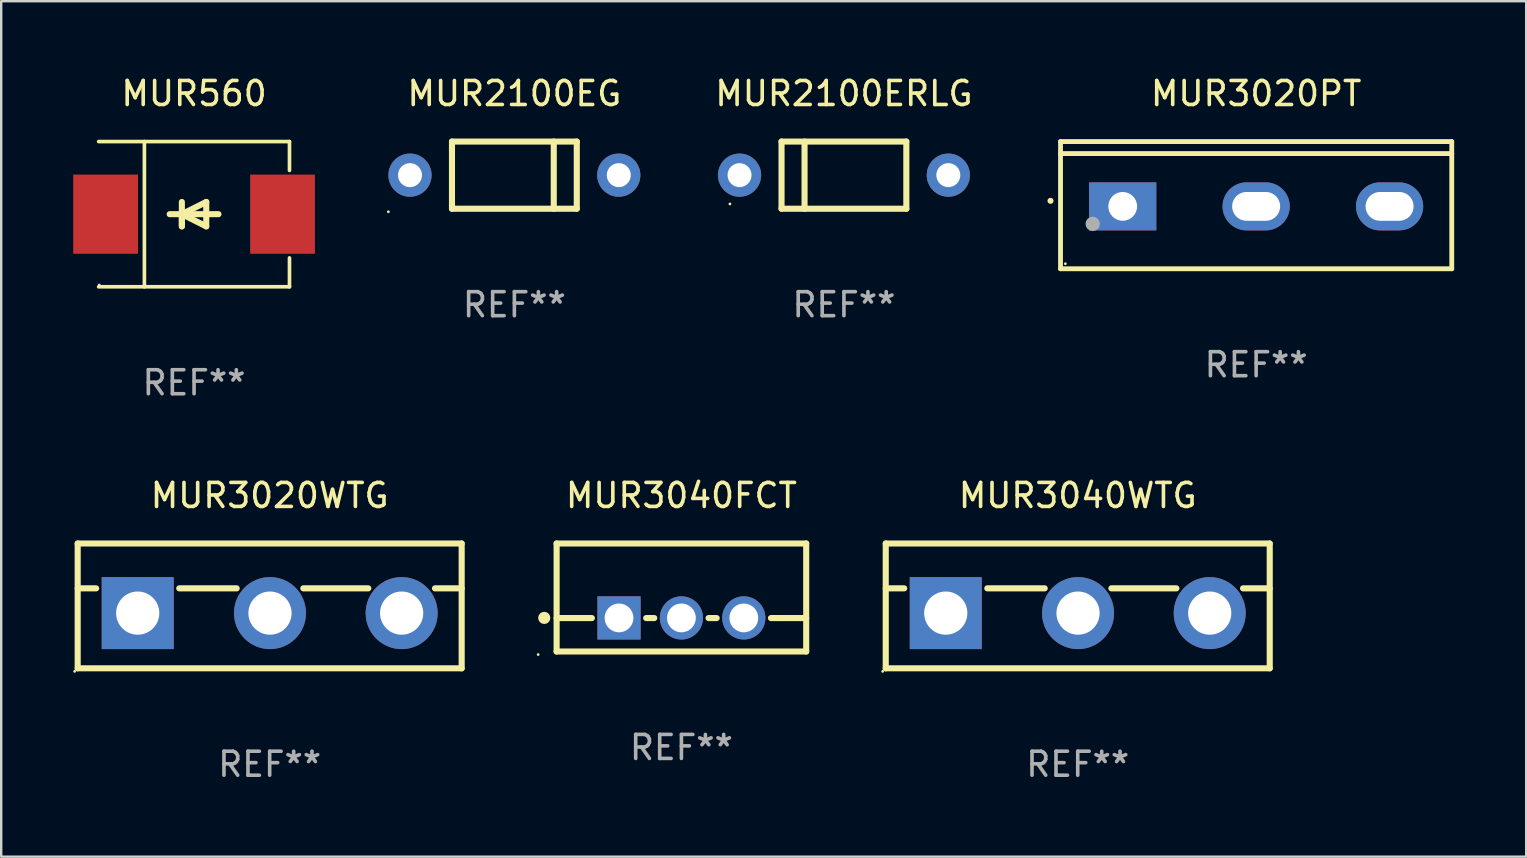
<source format=kicad_pcb>
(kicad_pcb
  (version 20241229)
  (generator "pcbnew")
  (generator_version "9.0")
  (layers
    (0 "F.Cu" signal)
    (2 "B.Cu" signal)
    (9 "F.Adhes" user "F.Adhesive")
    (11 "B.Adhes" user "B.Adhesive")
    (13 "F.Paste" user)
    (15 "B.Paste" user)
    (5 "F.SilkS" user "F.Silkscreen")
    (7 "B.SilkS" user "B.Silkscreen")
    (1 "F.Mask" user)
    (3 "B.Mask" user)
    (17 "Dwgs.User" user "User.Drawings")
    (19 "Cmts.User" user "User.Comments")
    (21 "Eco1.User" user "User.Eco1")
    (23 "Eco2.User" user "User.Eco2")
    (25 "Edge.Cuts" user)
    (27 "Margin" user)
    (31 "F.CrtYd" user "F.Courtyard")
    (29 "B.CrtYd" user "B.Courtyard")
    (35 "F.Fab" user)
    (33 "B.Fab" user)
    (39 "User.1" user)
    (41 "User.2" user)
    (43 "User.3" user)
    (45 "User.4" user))
  (footprint "MUR3020PT"
    (layer "F.Cu")
    (at 49.291 5.499)
    (property "Reference" "MUR3020PT" (at 0 -4.65 0) (layer "F.SilkS") (effects (font (size 1 1) (thickness 0.15))))
    (attr through_hole)
    (fp_line (start -8.151 -2.65) (end -8.151 2.65) (stroke (width 0.201) (type solid)) (layer "F.SilkS"))
    (fp_line (start 8.151 -2.65) (end -8.151 -2.65) (stroke (width 0.201) (type solid)) (layer "F.SilkS"))
    (fp_line (start 8.151 -2.15) (end -8.151 -2.15) (stroke (width 0.201) (type solid)) (layer "F.SilkS"))
    (fp_line (start 8.151 2.65) (end -8.151 2.65) (stroke (width 0.201) (type solid)) (layer "F.SilkS"))
    (fp_line (start 8.151 2.65) (end 8.151 -2.65) (stroke (width 0.201) (type solid)) (layer "F.SilkS"))
    (fp_arc (start -8.570003 -0.18048) (mid -8.568733 -0.180486) (end -8.567463 -0.18048) (stroke (width 0.24892) (type solid)) (layer "F.SilkS"))
    (fp_circle (center -7.95 2.44) (end -7.92 2.44) (stroke (width 0.06) (type solid)) (fill no) (layer "F.SilkS"))
    (fp_circle (center -6.81 0.78) (end -6.66 0.78) (stroke (width 0.3) (type solid)) (fill no) (layer "F.Fab"))
    (fp_text user "REF**" (at 0 6.65 0) (layer "F.Fab") (effects (font (size 1 1) (thickness 0.15))))
    (pad "1" thru_hole rect (at -5.56 0.05 90) (size 2 2.8) (drill 1.2) (layers "*.Cu" "*.Mask"))
    (pad "2" thru_hole oval (at 0 0.05 90) (size 2 2.8) (drill oval 1.2 2) (layers "*.Cu" "*.Mask"))
    (pad "3" thru_hole oval (at 5.56 0.05 90) (size 2 2.8) (drill oval 1.2 2) (layers "*.Cu" "*.Mask")))
  (footprint "MUR560"
    (layer "F.Cu")
    (at 5.036 5.874)
    (property "Reference" "MUR560" (at 0 -5.026 0) (layer "F.SilkS") (effects (font (size 1 1) (thickness 0.15))))
    (attr through_hole)
    (fp_line (start -3.976 -3.026) (end 3.976 -3.026) (stroke (width 0.152) (type solid)) (layer "F.SilkS"))
    (fp_line (start -3.976 3.026) (end 3.976 3.026) (stroke (width 0.152) (type solid)) (layer "F.SilkS"))
    (fp_line (start -2.069 -3.026) (end -2.069 3.026) (stroke (width 0.152) (type solid)) (layer "F.SilkS"))
    (fp_line (start -0.508 0) (end -0.508 0.508) (stroke (width 0.254) (type solid)) (layer "F.SilkS"))
    (fp_line (start -0.508 0) (end 0.508 0.508) (stroke (width 0.254) (type solid)) (layer "F.SilkS"))
    (fp_line (start -0.508 0.508) (end -0.508 -0.508) (stroke (width 0.254) (type solid)) (layer "F.SilkS"))
    (fp_line (start 0.508 -0.508) (end -0.508 0) (stroke (width 0.254) (type solid)) (layer "F.SilkS"))
    (fp_line (start 0.508 0.508) (end 0.508 -0.508) (stroke (width 0.254) (type solid)) (layer "F.SilkS"))
    (fp_line (start 1.016 0) (end -1.016 0) (stroke (width 0.254) (type solid)) (layer "F.SilkS"))
    (fp_line (start 3.976 -3.026) (end 3.976 -1.823) (stroke (width 0.152) (type solid)) (layer "F.SilkS"))
    (fp_line (start 3.976 3.026) (end 3.976 1.823) (stroke (width 0.152) (type solid)) (layer "F.SilkS"))
    (fp_circle (center -3.95 2.95) (end -3.92 2.95) (stroke (width 0.06) (type solid)) (fill no) (layer "F.SilkS"))
    (fp_text user "REF**" (at 0 7.026 0) (layer "F.Fab") (effects (font (size 1 1) (thickness 0.15))))
    (pad "1" smd rect (at -3.686 0) (size 2.7 3.3) (layers "F.Cu" "F.Mask" "F.Paste"))
    (pad "2" smd rect (at 3.686 0) (size 2.7 3.3) (layers "F.Cu" "F.Mask" "F.Paste")))
  (footprint "MUR2100EG"
    (layer "F.Cu")
    (at 18.383 4.248)
    (property "Reference" "MUR2100EG" (at 0 -3.4 0) (layer "F.SilkS") (effects (font (size 1 1) (thickness 0.15))))
    (attr through_hole)
    (fp_line (start -2.6 1.4) (end -2.6 -1.4) (stroke (width 0.254) (type solid)) (layer "F.SilkS"))
    (fp_line (start 1.641 1.4) (end 1.641 -1.4) (stroke (width 0.254) (type solid)) (layer "F.SilkS"))
    (fp_line (start 2.6 -1.4) (end -2.6 -1.4) (stroke (width 0.254) (type solid)) (layer "F.SilkS"))
    (fp_line (start 2.6 1.4) (end -2.6 1.4) (stroke (width 0.254) (type solid)) (layer "F.SilkS"))
    (fp_line (start 2.6 1.4) (end 2.6 -1.4) (stroke (width 0.254) (type solid)) (layer "F.SilkS"))
    (fp_circle (center -5.25 1.527) (end -5.22 1.527) (stroke (width 0.06) (type solid)) (fill no) (layer "F.SilkS"))
    (fp_text user "REF**" (at 0 5.4 0) (layer "F.Fab") (effects (font (size 1 1) (thickness 0.15))))
    (pad "1" thru_hole circle (at -4.35 0) (size 1.8 1.8) (drill 1) (layers "*.Cu" "*.Mask"))
    (pad "2" thru_hole circle (at 4.35 0) (size 1.8 1.8) (drill 1) (layers "*.Cu" "*.Mask")))
  (footprint "MUR3020WTG"
    (layer "F.Cu")
    (at 8.187 22.197)
    (property "Reference" "MUR3020WTG" (at 0 -4.6 0) (layer "F.SilkS") (effects (font (size 1 1) (thickness 0.15))))
    (attr through_hole)
    (fp_line (start -8 -2.6) (end -8 2.6) (stroke (width 0.254) (type solid)) (layer "F.SilkS"))
    (fp_line (start -8 -2.6) (end 8 -2.6) (stroke (width 0.254) (type solid)) (layer "F.SilkS"))
    (fp_line (start -8 -0.732) (end -7.23 -0.732) (stroke (width 0.254) (type solid)) (layer "F.SilkS"))
    (fp_line (start -8 2.6) (end 8 2.6) (stroke (width 0.254) (type solid)) (layer "F.SilkS"))
    (fp_line (start -3.768 -0.732) (end -1.376 -0.732) (stroke (width 0.254) (type solid)) (layer "F.SilkS"))
    (fp_line (start 1.402 -0.732) (end 4.11 -0.732) (stroke (width 0.254) (type solid)) (layer "F.SilkS"))
    (fp_line (start 6.888 -0.732) (end 8 -0.732) (stroke (width 0.254) (type solid)) (layer "F.SilkS"))
    (fp_line (start 8 -2.6) (end 8 2.6) (stroke (width 0.254) (type solid)) (layer "F.SilkS"))
    (fp_circle (center -8.127 2.727) (end -8.097 2.727) (stroke (width 0.06) (type solid)) (fill no) (layer "F.SilkS"))
    (fp_text user "REF**" (at 0 6.6 0) (layer "F.Fab") (effects (font (size 1 1) (thickness 0.15))))
    (pad "1" thru_hole rect (at -5.499 0.3) (size 3 3) (drill 1.8) (layers "*.Cu" "*.Mask"))
    (pad "2" thru_hole circle (at 0.013 0.3) (size 3 3) (drill 1.8) (layers "*.Cu" "*.Mask"))
    (pad "3" thru_hole circle (at 5.499 0.3) (size 3 3) (drill 1.8) (layers "*.Cu" "*.Mask")))
  (footprint "MUR3040FCT"
    (layer "F.Cu")
    (at 25.343 21.847)
    (property "Reference" "MUR3040FCT" (at 0 -4.25 0) (layer "F.SilkS") (effects (font (size 1 1) (thickness 0.15))))
    (attr through_hole)
    (fp_line (start -5.2 -2.25) (end -5.2 2.25) (stroke (width 0.254) (type solid)) (layer "F.SilkS"))
    (fp_line (start -5.2 -2.25) (end 5.2 -2.25) (stroke (width 0.254) (type solid)) (layer "F.SilkS"))
    (fp_line (start -5.2 0.857) (end -3.731 0.857) (stroke (width 0.254) (type solid)) (layer "F.SilkS"))
    (fp_line (start -5.2 2.25) (end 5.2 2.25) (stroke (width 0.254) (type solid)) (layer "F.SilkS"))
    (fp_line (start -1.469 0.857) (end -1.131 0.857) (stroke (width 0.254) (type solid)) (layer "F.SilkS"))
    (fp_line (start 1.131 0.857) (end 1.469 0.857) (stroke (width 0.254) (type solid)) (layer "F.SilkS"))
    (fp_line (start 3.731 0.857) (end 5.2 0.857) (stroke (width 0.254) (type solid)) (layer "F.SilkS"))
    (fp_line (start 5.2 -2.25) (end 5.2 2.25) (stroke (width 0.254) (type solid)) (layer "F.SilkS"))
    (fp_circle (center -5.969 2.377) (end -5.939 2.377) (stroke (width 0.06) (type solid)) (fill no) (layer "F.SilkS"))
    (fp_circle (center -5.715 0.85) (end -5.588 0.85) (stroke (width 0.254) (type solid)) (fill no) (layer "F.SilkS"))
    (fp_text user "REF**" (at 0 6.25 0) (layer "F.Fab") (effects (font (size 1 1) (thickness 0.15))))
    (pad "1" thru_hole rect (at -2.6 0.85) (size 1.8 1.8) (drill 1.2) (layers "*.Cu" "*.Mask"))
    (pad "2" thru_hole circle (at 0 0.85) (size 1.8 1.8) (drill 1.2) (layers "*.Cu" "*.Mask"))
    (pad "3" thru_hole circle (at 2.6 0.85) (size 1.8 1.8) (drill 1.2) (layers "*.Cu" "*.Mask")))
  (footprint "MUR2100ERLG"
    (layer "F.Cu")
    (at 32.115 4.248)
    (property "Reference" "MUR2100ERLG" (at 0 -3.4 0) (layer "F.SilkS") (effects (font (size 1 1) (thickness 0.15))))
    (attr through_hole)
    (fp_line (start -2.6 -1.4) (end -2.6 1.4) (stroke (width 0.254) (type solid)) (layer "F.SilkS"))
    (fp_line (start -2.6 -1.4) (end 2.6 -1.4) (stroke (width 0.254) (type solid)) (layer "F.SilkS"))
    (fp_line (start -2.6 1.4) (end 2.6 1.4) (stroke (width 0.254) (type solid)) (layer "F.SilkS"))
    (fp_line (start -1.641 -1.4) (end -1.641 1.4) (stroke (width 0.254) (type solid)) (layer "F.SilkS"))
    (fp_line (start 2.6 -1.4) (end 2.6 1.4) (stroke (width 0.254) (type solid)) (layer "F.SilkS"))
    (fp_circle (center -4.75 1.2) (end -4.72 1.2) (stroke (width 0.06) (type solid)) (fill no) (layer "F.SilkS"))
    (fp_text user "REF**" (at 0 5.4 0) (layer "F.Fab") (effects (font (size 1 1) (thickness 0.15))))
    (pad "1" thru_hole circle (at -4.35 0) (size 1.8 1.8) (drill 1) (layers "*.Cu" "*.Mask"))
    (pad "2" thru_hole circle (at 4.35 0) (size 1.8 1.8) (drill 1) (layers "*.Cu" "*.Mask")))
  (footprint "MUR3040WTG"
    (layer "F.Cu")
    (at 41.857 22.197)
    (property "Reference" "MUR3040WTG" (at 0 -4.6 0) (layer "F.SilkS") (effects (font (size 1 1) (thickness 0.15))))
    (attr through_hole)
    (fp_line (start -8 -2.6) (end -8 2.6) (stroke (width 0.254) (type solid)) (layer "F.SilkS"))
    (fp_line (start -8 -2.6) (end 8 -2.6) (stroke (width 0.254) (type solid)) (layer "F.SilkS"))
    (fp_line (start -8 -0.732) (end -7.23 -0.732) (stroke (width 0.254) (type solid)) (layer "F.SilkS"))
    (fp_line (start -8 2.6) (end 8 2.6) (stroke (width 0.254) (type solid)) (layer "F.SilkS"))
    (fp_line (start -3.768 -0.732) (end -1.376 -0.732) (stroke (width 0.254) (type solid)) (layer "F.SilkS"))
    (fp_line (start 1.402 -0.732) (end 4.11 -0.732) (stroke (width 0.254) (type solid)) (layer "F.SilkS"))
    (fp_line (start 6.888 -0.732) (end 8 -0.732) (stroke (width 0.254) (type solid)) (layer "F.SilkS"))
    (fp_line (start 8 -2.6) (end 8 2.6) (stroke (width 0.254) (type solid)) (layer "F.SilkS"))
    (fp_circle (center -8.127 2.727) (end -8.097 2.727) (stroke (width 0.06) (type solid)) (fill no) (layer "F.SilkS"))
    (fp_text user "REF**" (at 0 6.6 0) (layer "F.Fab") (effects (font (size 1 1) (thickness 0.15))))
    (pad "1" thru_hole rect (at -5.499 0.3) (size 3 3) (drill 1.8) (layers "*.Cu" "*.Mask"))
    (pad "2" thru_hole circle (at 0.013 0.3) (size 3 3) (drill 1.8) (layers "*.Cu" "*.Mask"))
    (pad "3" thru_hole circle (at 5.499 0.3) (size 3 3) (drill 1.8) (layers "*.Cu" "*.Mask")))
  (gr_rect
    (start -3 -3)
    (end 60.543 32.645)
    (stroke (width 0.1) (type default))
    (fill no)
    (layer "Edge.Cuts")))
</source>
